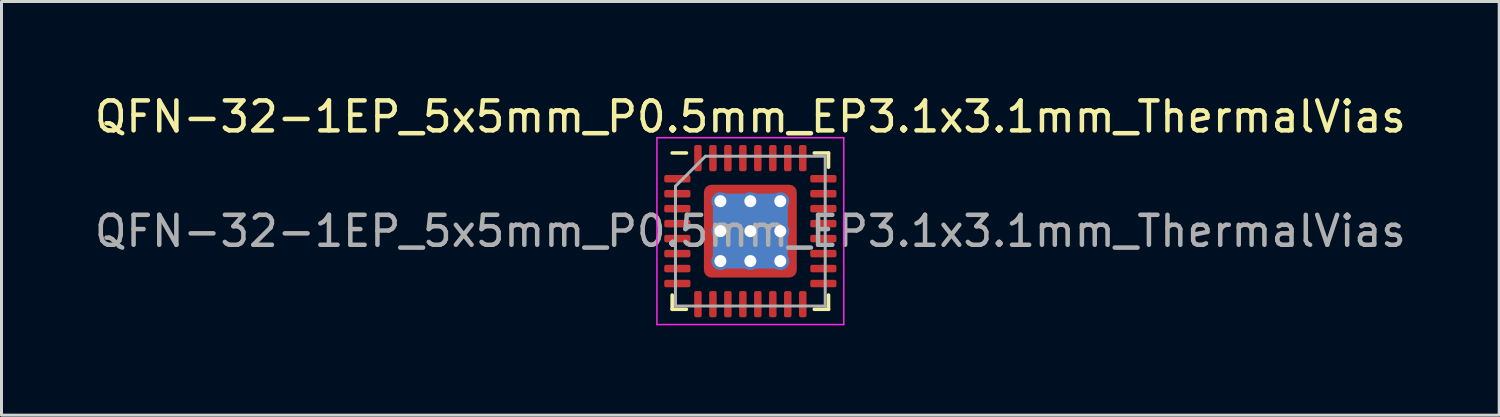
<source format=kicad_pcb>
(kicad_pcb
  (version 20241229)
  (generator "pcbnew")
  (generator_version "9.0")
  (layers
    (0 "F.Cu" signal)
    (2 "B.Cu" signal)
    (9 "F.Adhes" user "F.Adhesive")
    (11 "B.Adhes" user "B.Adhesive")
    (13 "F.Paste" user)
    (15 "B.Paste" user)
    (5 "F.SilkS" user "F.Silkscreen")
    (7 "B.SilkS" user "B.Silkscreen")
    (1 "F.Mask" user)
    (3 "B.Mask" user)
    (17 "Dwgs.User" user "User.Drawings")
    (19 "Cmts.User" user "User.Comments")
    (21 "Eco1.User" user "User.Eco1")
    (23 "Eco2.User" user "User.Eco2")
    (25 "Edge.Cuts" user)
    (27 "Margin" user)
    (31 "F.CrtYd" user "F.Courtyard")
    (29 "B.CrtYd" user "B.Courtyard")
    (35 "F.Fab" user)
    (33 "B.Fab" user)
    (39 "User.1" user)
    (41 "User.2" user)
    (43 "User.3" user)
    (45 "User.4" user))
  (footprint "QFN-32-1EP_5x5mm_P0.5mm_EP3.1x3.1mm_ThermalVias"
    (layer "F.Cu")
    (at 22.006 4.668)
    (property "Reference" "QFN-32-1EP_5x5mm_P0.5mm_EP3.1x3.1mm_ThermalVias" (at 0 -3.82 0) (layer "F.SilkS") (effects (font (size 1 1) (thickness 0.15))))
    (attr smd)
    (fp_line (start -2.61 2.61) (end -2.61 2.135) (stroke (width 0.12) (type solid)) (layer "F.SilkS"))
    (fp_line (start -2.135 -2.61) (end -2.61 -2.61) (stroke (width 0.12) (type solid)) (layer "F.SilkS"))
    (fp_line (start -2.135 2.61) (end -2.61 2.61) (stroke (width 0.12) (type solid)) (layer "F.SilkS"))
    (fp_line (start 2.135 -2.61) (end 2.61 -2.61) (stroke (width 0.12) (type solid)) (layer "F.SilkS"))
    (fp_line (start 2.135 2.61) (end 2.61 2.61) (stroke (width 0.12) (type solid)) (layer "F.SilkS"))
    (fp_line (start 2.61 -2.61) (end 2.61 -2.135) (stroke (width 0.12) (type solid)) (layer "F.SilkS"))
    (fp_line (start 2.61 2.61) (end 2.61 2.135) (stroke (width 0.12) (type solid)) (layer "F.SilkS"))
    (fp_line (start -3.12 -3.12) (end -3.12 3.12) (stroke (width 0.05) (type solid)) (layer "F.CrtYd"))
    (fp_line (start -3.12 3.12) (end 3.12 3.12) (stroke (width 0.05) (type solid)) (layer "F.CrtYd"))
    (fp_line (start 3.12 -3.12) (end -3.12 -3.12) (stroke (width 0.05) (type solid)) (layer "F.CrtYd"))
    (fp_line (start 3.12 3.12) (end 3.12 -3.12) (stroke (width 0.05) (type solid)) (layer "F.CrtYd"))
    (fp_line (start -2.5 -1.5) (end -1.5 -2.5) (stroke (width 0.1) (type solid)) (layer "F.Fab"))
    (fp_line (start -2.5 2.5) (end -2.5 -1.5) (stroke (width 0.1) (type solid)) (layer "F.Fab"))
    (fp_line (start -1.5 -2.5) (end 2.5 -2.5) (stroke (width 0.1) (type solid)) (layer "F.Fab"))
    (fp_line (start 2.5 -2.5) (end 2.5 2.5) (stroke (width 0.1) (type solid)) (layer "F.Fab"))
    (fp_line (start 2.5 2.5) (end -2.5 2.5) (stroke (width 0.1) (type solid)) (layer "F.Fab"))
    (fp_text user "${REFERENCE}" (at 0 0 0) (layer "F.Fab") (effects (font (size 1 1) (thickness 0.15))))
    (pad "" smd custom (at -1.275 -1.275) (size 0.319 0.319) (layers "F.Paste") (options (anchor circle)) (primitives (gr_poly (pts (xy -0.222 -0.222) (xy 0.222 -0.222) (xy 0.222 0.045) (xy 0.045 0.222) (xy -0.222 0.222)) (width 0) (fill yes))))
    (pad "" smd custom (at -1.275 -0.5) (size 0.35 0.35) (layers "F.Paste") (options (anchor circle)) (primitives (gr_poly (pts (xy -0.222 -0.403) (xy 0.089 -0.403) (xy 0.222 -0.27) (xy 0.222 0.27) (xy 0.089 0.403) (xy -0.222 0.403)) (width 0) (fill yes))))
    (pad "" smd custom (at -1.275 0.5) (size 0.35 0.35) (layers "F.Paste") (options (anchor circle)) (primitives (gr_poly (pts (xy -0.222 -0.403) (xy 0.089 -0.403) (xy 0.222 -0.27) (xy 0.222 0.27) (xy 0.089 0.403) (xy -0.222 0.403)) (width 0) (fill yes))))
    (pad "" smd custom (at -1.275 1.275) (size 0.319 0.319) (layers "F.Paste") (options (anchor circle)) (primitives (gr_poly (pts (xy -0.222 -0.222) (xy 0.045 -0.222) (xy 0.222 -0.045) (xy 0.222 0.222) (xy -0.222 0.222)) (width 0) (fill yes))))
    (pad "" smd custom (at -0.5 -1.275) (size 0.35 0.35) (layers "F.Paste") (options (anchor circle)) (primitives (gr_poly (pts (xy -0.403 -0.222) (xy 0.403 -0.222) (xy 0.403 0.089) (xy 0.27 0.222) (xy -0.27 0.222) (xy -0.403 0.089)) (width 0) (fill yes))))
    (pad "" smd roundrect (at -0.5 -0.5) (size 0.806 0.806) (layers "F.Paste") (roundrect_rratio 0.25))
    (pad "" smd roundrect (at -0.5 0.5) (size 0.806 0.806) (layers "F.Paste") (roundrect_rratio 0.25))
    (pad "" smd custom (at -0.5 1.275) (size 0.35 0.35) (layers "F.Paste") (options (anchor circle)) (primitives (gr_poly (pts (xy -0.403 -0.089) (xy -0.27 -0.222) (xy 0.27 -0.222) (xy 0.403 -0.089) (xy 0.403 0.222) (xy -0.403 0.222)) (width 0) (fill yes))))
    (pad "" smd custom (at 0.5 -1.275) (size 0.35 0.35) (layers "F.Paste") (options (anchor circle)) (primitives (gr_poly (pts (xy -0.403 -0.222) (xy 0.403 -0.222) (xy 0.403 0.089) (xy 0.27 0.222) (xy -0.27 0.222) (xy -0.403 0.089)) (width 0) (fill yes))))
    (pad "" smd roundrect (at 0.5 -0.5) (size 0.806 0.806) (layers "F.Paste") (roundrect_rratio 0.25))
    (pad "" smd roundrect (at 0.5 0.5) (size 0.806 0.806) (layers "F.Paste") (roundrect_rratio 0.25))
    (pad "" smd custom (at 0.5 1.275) (size 0.35 0.35) (layers "F.Paste") (options (anchor circle)) (primitives (gr_poly (pts (xy -0.403 -0.089) (xy -0.27 -0.222) (xy 0.27 -0.222) (xy 0.403 -0.089) (xy 0.403 0.222) (xy -0.403 0.222)) (width 0) (fill yes))))
    (pad "" smd custom (at 1.275 -1.275) (size 0.319 0.319) (layers "F.Paste") (options (anchor circle)) (primitives (gr_poly (pts (xy -0.222 -0.222) (xy 0.222 -0.222) (xy 0.222 0.222) (xy -0.045 0.222) (xy -0.222 0.045)) (width 0) (fill yes))))
    (pad "" smd custom (at 1.275 -0.5) (size 0.35 0.35) (layers "F.Paste") (options (anchor circle)) (primitives (gr_poly (pts (xy -0.222 -0.27) (xy -0.089 -0.403) (xy 0.222 -0.403) (xy 0.222 0.403) (xy -0.089 0.403) (xy -0.222 0.27)) (width 0) (fill yes))))
    (pad "" smd custom (at 1.275 0.5) (size 0.35 0.35) (layers "F.Paste") (options (anchor circle)) (primitives (gr_poly (pts (xy -0.222 -0.27) (xy -0.089 -0.403) (xy 0.222 -0.403) (xy 0.222 0.403) (xy -0.089 0.403) (xy -0.222 0.27)) (width 0) (fill yes))))
    (pad "" smd custom (at 1.275 1.275) (size 0.319 0.319) (layers "F.Paste") (options (anchor circle)) (primitives (gr_poly (pts (xy -0.222 -0.045) (xy -0.045 -0.222) (xy 0.222 -0.222) (xy 0.222 0.222) (xy -0.222 0.222)) (width 0) (fill yes))))
    (pad "1" smd roundrect (at -2.438 -1.75) (size 0.875 0.25) (layers "F.Cu" "F.Mask" "F.Paste") (roundrect_rratio 0.25))
    (pad "2" smd roundrect (at -2.438 -1.25) (size 0.875 0.25) (layers "F.Cu" "F.Mask" "F.Paste") (roundrect_rratio 0.25))
    (pad "3" smd roundrect (at -2.438 -0.75) (size 0.875 0.25) (layers "F.Cu" "F.Mask" "F.Paste") (roundrect_rratio 0.25))
    (pad "4" smd roundrect (at -2.438 -0.25) (size 0.875 0.25) (layers "F.Cu" "F.Mask" "F.Paste") (roundrect_rratio 0.25))
    (pad "5" smd roundrect (at -2.438 0.25) (size 0.875 0.25) (layers "F.Cu" "F.Mask" "F.Paste") (roundrect_rratio 0.25))
    (pad "6" smd roundrect (at -2.438 0.75) (size 0.875 0.25) (layers "F.Cu" "F.Mask" "F.Paste") (roundrect_rratio 0.25))
    (pad "7" smd roundrect (at -2.438 1.25) (size 0.875 0.25) (layers "F.Cu" "F.Mask" "F.Paste") (roundrect_rratio 0.25))
    (pad "8" smd roundrect (at -2.438 1.75) (size 0.875 0.25) (layers "F.Cu" "F.Mask" "F.Paste") (roundrect_rratio 0.25))
    (pad "9" smd roundrect (at -1.75 2.438) (size 0.25 0.875) (layers "F.Cu" "F.Mask" "F.Paste") (roundrect_rratio 0.25))
    (pad "10" smd roundrect (at -1.25 2.438) (size 0.25 0.875) (layers "F.Cu" "F.Mask" "F.Paste") (roundrect_rratio 0.25))
    (pad "11" smd roundrect (at -0.75 2.438) (size 0.25 0.875) (layers "F.Cu" "F.Mask" "F.Paste") (roundrect_rratio 0.25))
    (pad "12" smd roundrect (at -0.25 2.438) (size 0.25 0.875) (layers "F.Cu" "F.Mask" "F.Paste") (roundrect_rratio 0.25))
    (pad "13" smd roundrect (at 0.25 2.438) (size 0.25 0.875) (layers "F.Cu" "F.Mask" "F.Paste") (roundrect_rratio 0.25))
    (pad "14" smd roundrect (at 0.75 2.438) (size 0.25 0.875) (layers "F.Cu" "F.Mask" "F.Paste") (roundrect_rratio 0.25))
    (pad "15" smd roundrect (at 1.25 2.438) (size 0.25 0.875) (layers "F.Cu" "F.Mask" "F.Paste") (roundrect_rratio 0.25))
    (pad "16" smd roundrect (at 1.75 2.438) (size 0.25 0.875) (layers "F.Cu" "F.Mask" "F.Paste") (roundrect_rratio 0.25))
    (pad "17" smd roundrect (at 2.438 1.75) (size 0.875 0.25) (layers "F.Cu" "F.Mask" "F.Paste") (roundrect_rratio 0.25))
    (pad "18" smd roundrect (at 2.438 1.25) (size 0.875 0.25) (layers "F.Cu" "F.Mask" "F.Paste") (roundrect_rratio 0.25))
    (pad "19" smd roundrect (at 2.438 0.75) (size 0.875 0.25) (layers "F.Cu" "F.Mask" "F.Paste") (roundrect_rratio 0.25))
    (pad "20" smd roundrect (at 2.438 0.25) (size 0.875 0.25) (layers "F.Cu" "F.Mask" "F.Paste") (roundrect_rratio 0.25))
    (pad "21" smd roundrect (at 2.438 -0.25) (size 0.875 0.25) (layers "F.Cu" "F.Mask" "F.Paste") (roundrect_rratio 0.25))
    (pad "22" smd roundrect (at 2.438 -0.75) (size 0.875 0.25) (layers "F.Cu" "F.Mask" "F.Paste") (roundrect_rratio 0.25))
    (pad "23" smd roundrect (at 2.438 -1.25) (size 0.875 0.25) (layers "F.Cu" "F.Mask" "F.Paste") (roundrect_rratio 0.25))
    (pad "24" smd roundrect (at 2.438 -1.75) (size 0.875 0.25) (layers "F.Cu" "F.Mask" "F.Paste") (roundrect_rratio 0.25))
    (pad "25" smd roundrect (at 1.75 -2.438) (size 0.25 0.875) (layers "F.Cu" "F.Mask" "F.Paste") (roundrect_rratio 0.25))
    (pad "26" smd roundrect (at 1.25 -2.438) (size 0.25 0.875) (layers "F.Cu" "F.Mask" "F.Paste") (roundrect_rratio 0.25))
    (pad "27" smd roundrect (at 0.75 -2.438) (size 0.25 0.875) (layers "F.Cu" "F.Mask" "F.Paste") (roundrect_rratio 0.25))
    (pad "28" smd roundrect (at 0.25 -2.438) (size 0.25 0.875) (layers "F.Cu" "F.Mask" "F.Paste") (roundrect_rratio 0.25))
    (pad "29" smd roundrect (at -0.25 -2.438) (size 0.25 0.875) (layers "F.Cu" "F.Mask" "F.Paste") (roundrect_rratio 0.25))
    (pad "30" smd roundrect (at -0.75 -2.438) (size 0.25 0.875) (layers "F.Cu" "F.Mask" "F.Paste") (roundrect_rratio 0.25))
    (pad "31" smd roundrect (at -1.25 -2.438) (size 0.25 0.875) (layers "F.Cu" "F.Mask" "F.Paste") (roundrect_rratio 0.25))
    (pad "32" smd roundrect (at -1.75 -2.438) (size 0.25 0.875) (layers "F.Cu" "F.Mask" "F.Paste") (roundrect_rratio 0.25))
    (pad "33" thru_hole circle (at -1 -1) (size 0.6 0.6) (drill 0.4) (layers "*.Cu"))
    (pad "33" thru_hole circle (at -1 0) (size 0.6 0.6) (drill 0.4) (layers "*.Cu"))
    (pad "33" thru_hole circle (at -1 1) (size 0.6 0.6) (drill 0.4) (layers "*.Cu"))
    (pad "33" thru_hole circle (at 0 -1) (size 0.6 0.6) (drill 0.4) (layers "*.Cu"))
    (pad "33" thru_hole circle (at 0 0) (size 0.6 0.6) (drill 0.4) (layers "*.Cu"))
    (pad "33" smd roundrect (at 0 0) (size 2.5 2.5) (layers "B.Cu") (roundrect_rratio 0.1))
    (pad "33" smd roundrect (at 0 0) (size 3.1 3.1) (layers "F.Cu" "F.Mask") (roundrect_rratio 0.081))
    (pad "33" thru_hole circle (at 0 1) (size 0.6 0.6) (drill 0.4) (layers "*.Cu"))
    (pad "33" thru_hole circle (at 1 -1) (size 0.6 0.6) (drill 0.4) (layers "*.Cu"))
    (pad "33" thru_hole circle (at 1 0) (size 0.6 0.6) (drill 0.4) (layers "*.Cu"))
    (pad "33" thru_hole circle (at 1 1) (size 0.6 0.6) (drill 0.4) (layers "*.Cu")))
  (gr_rect
    (start -3 -3)
    (end 47.012 10.813)
    (stroke (width 0.1) (type default))
    (fill no)
    (layer "Edge.Cuts")))
</source>
